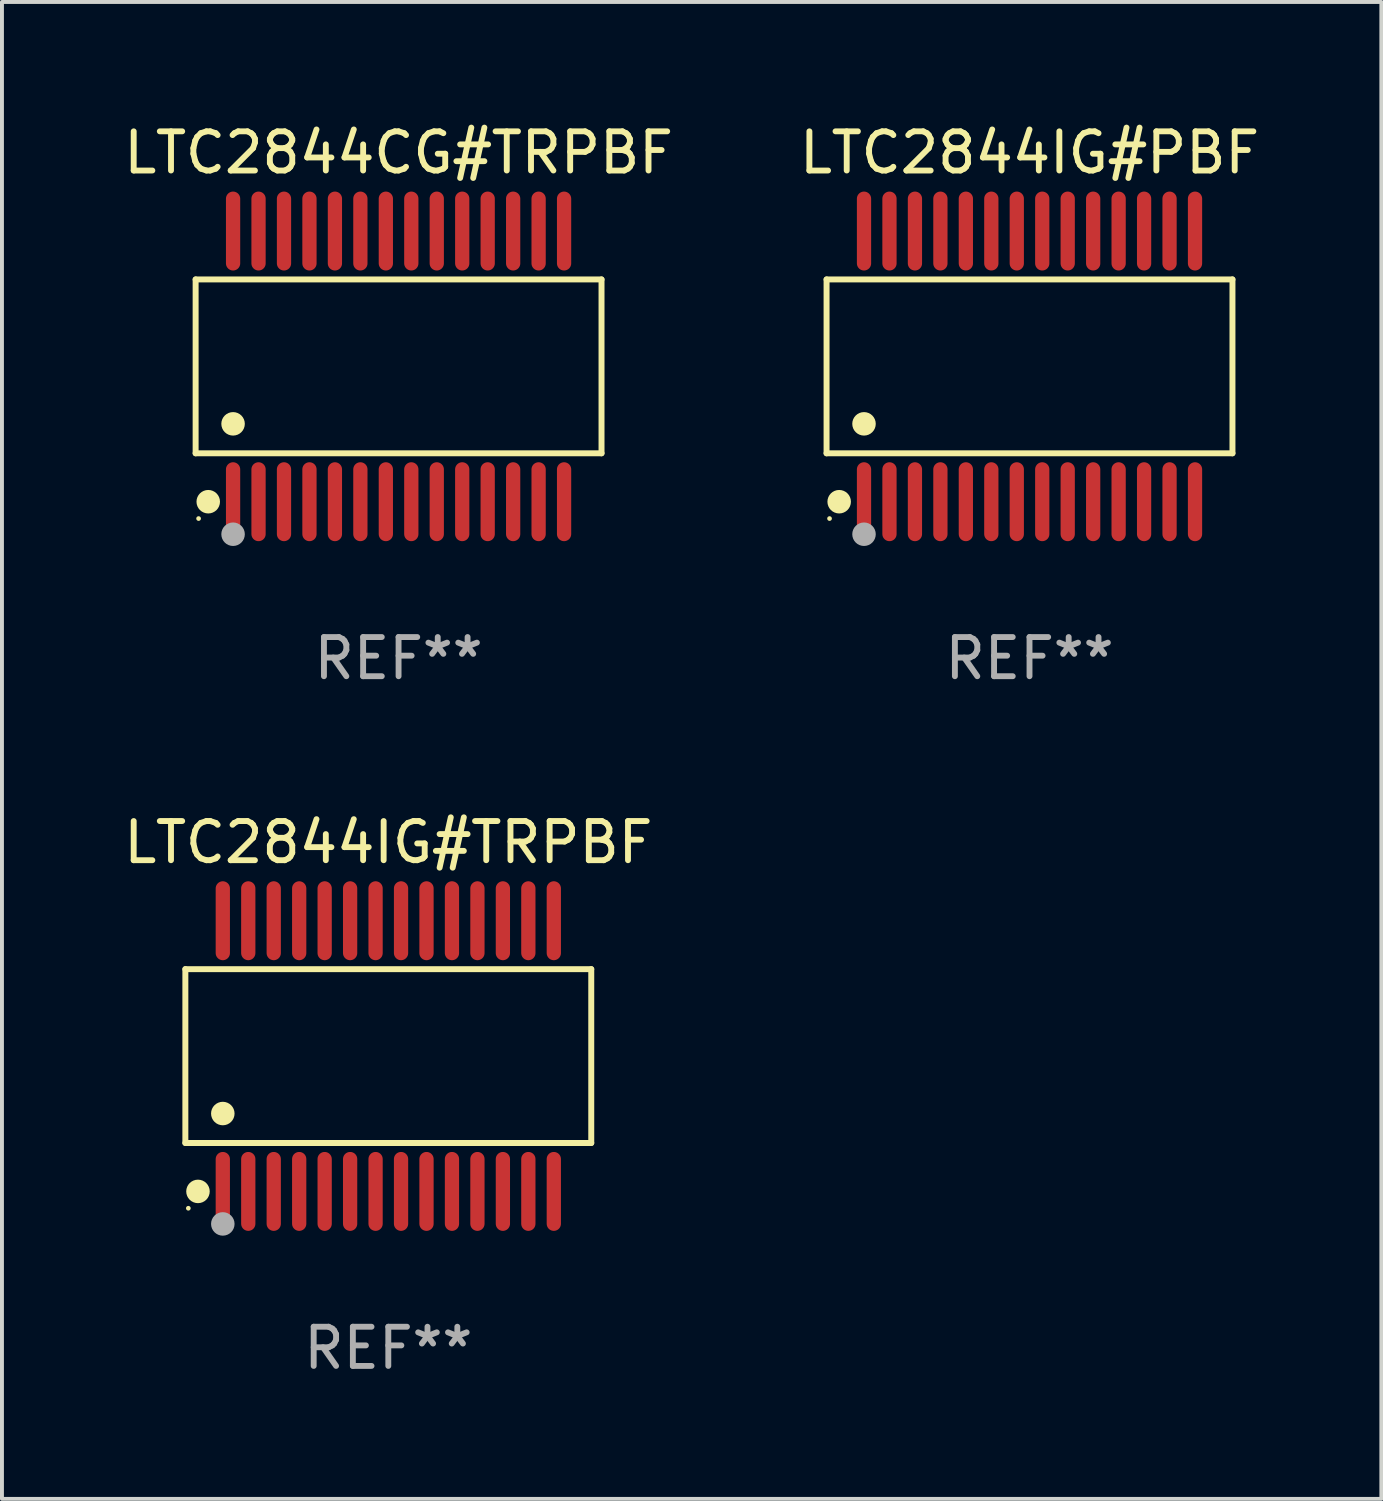
<source format=kicad_pcb>
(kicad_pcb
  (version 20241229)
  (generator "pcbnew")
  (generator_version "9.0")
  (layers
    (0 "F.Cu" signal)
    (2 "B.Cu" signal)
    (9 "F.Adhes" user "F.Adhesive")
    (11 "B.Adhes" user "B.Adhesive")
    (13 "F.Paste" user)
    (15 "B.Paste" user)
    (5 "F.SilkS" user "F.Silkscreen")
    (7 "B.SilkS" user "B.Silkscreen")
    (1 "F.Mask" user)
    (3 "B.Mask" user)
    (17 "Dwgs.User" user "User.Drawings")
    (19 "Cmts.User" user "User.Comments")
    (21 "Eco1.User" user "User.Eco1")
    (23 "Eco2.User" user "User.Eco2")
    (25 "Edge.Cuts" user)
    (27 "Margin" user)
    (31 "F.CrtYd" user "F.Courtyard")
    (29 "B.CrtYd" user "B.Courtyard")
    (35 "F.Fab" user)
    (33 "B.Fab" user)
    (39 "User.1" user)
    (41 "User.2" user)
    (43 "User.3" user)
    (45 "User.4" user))
  (footprint "LTC2844IG#TRPBF"
    (layer "F.Cu")
    (at 6.863 23.91)
    (property "Reference" "LTC2844IG#TRPBF" (at 0 -5.455 0) (layer "F.SilkS") (effects (font (size 1 1) (thickness 0.15))))
    (attr through_hole)
    (fp_line (start -5.181 -2.219) (end 5.181 -2.219) (stroke (width 0.152) (type solid)) (layer "F.SilkS"))
    (fp_line (start -5.181 2.219) (end -5.181 -2.219) (stroke (width 0.152) (type solid)) (layer "F.SilkS"))
    (fp_line (start 5.181 -2.219) (end 5.181 2.219) (stroke (width 0.152) (type solid)) (layer "F.SilkS"))
    (fp_line (start 5.181 2.219) (end -5.181 2.219) (stroke (width 0.152) (type solid)) (layer "F.SilkS"))
    (fp_circle (center -5.105 3.885) (end -5.075 3.885) (stroke (width 0.06) (type solid)) (fill no) (layer "F.SilkS"))
    (fp_circle (center -4.859 3.455) (end -4.709 3.455) (stroke (width 0.3) (type solid)) (fill no) (layer "F.SilkS"))
    (fp_circle (center -4.225 1.467) (end -4.075 1.467) (stroke (width 0.3) (type solid)) (fill no) (layer "F.SilkS"))
    (fp_circle (center -4.225 4.285) (end -4.075 4.285) (stroke (width 0.3) (type solid)) (fill no) (layer "F.Fab"))
    (fp_text user "REF**" (at 0 7.455 0) (layer "F.Fab") (effects (font (size 1 1) (thickness 0.15))))
    (pad "1" smd oval (at -4.225 3.455) (size 0.364 2.015) (layers "F.Cu" "F.Mask" "F.Paste"))
    (pad "2" smd oval (at -3.575 3.455) (size 0.364 2.015) (layers "F.Cu" "F.Mask" "F.Paste"))
    (pad "3" smd oval (at -2.925 3.455) (size 0.364 2.015) (layers "F.Cu" "F.Mask" "F.Paste"))
    (pad "4" smd oval (at -2.275 3.455) (size 0.364 2.015) (layers "F.Cu" "F.Mask" "F.Paste"))
    (pad "5" smd oval (at -1.625 3.455) (size 0.364 2.015) (layers "F.Cu" "F.Mask" "F.Paste"))
    (pad "6" smd oval (at -0.975 3.455) (size 0.364 2.015) (layers "F.Cu" "F.Mask" "F.Paste"))
    (pad "7" smd oval (at -0.325 3.455) (size 0.364 2.015) (layers "F.Cu" "F.Mask" "F.Paste"))
    (pad "8" smd oval (at 0.325 3.455) (size 0.364 2.015) (layers "F.Cu" "F.Mask" "F.Paste"))
    (pad "9" smd oval (at 0.975 3.455) (size 0.364 2.015) (layers "F.Cu" "F.Mask" "F.Paste"))
    (pad "10" smd oval (at 1.625 3.455) (size 0.364 2.015) (layers "F.Cu" "F.Mask" "F.Paste"))
    (pad "11" smd oval (at 2.275 3.455) (size 0.364 2.015) (layers "F.Cu" "F.Mask" "F.Paste"))
    (pad "12" smd oval (at 2.925 3.455) (size 0.364 2.015) (layers "F.Cu" "F.Mask" "F.Paste"))
    (pad "13" smd oval (at 3.575 3.455) (size 0.364 2.015) (layers "F.Cu" "F.Mask" "F.Paste"))
    (pad "14" smd oval (at 4.225 3.455) (size 0.364 2.015) (layers "F.Cu" "F.Mask" "F.Paste"))
    (pad "15" smd oval (at 4.225 -3.455) (size 0.364 2.015) (layers "F.Cu" "F.Mask" "F.Paste"))
    (pad "16" smd oval (at 3.575 -3.455) (size 0.364 2.015) (layers "F.Cu" "F.Mask" "F.Paste"))
    (pad "17" smd oval (at 2.925 -3.455) (size 0.364 2.015) (layers "F.Cu" "F.Mask" "F.Paste"))
    (pad "18" smd oval (at 2.275 -3.455) (size 0.364 2.015) (layers "F.Cu" "F.Mask" "F.Paste"))
    (pad "19" smd oval (at 1.625 -3.455) (size 0.364 2.015) (layers "F.Cu" "F.Mask" "F.Paste"))
    (pad "20" smd oval (at 0.975 -3.455) (size 0.364 2.015) (layers "F.Cu" "F.Mask" "F.Paste"))
    (pad "21" smd oval (at 0.325 -3.455) (size 0.364 2.015) (layers "F.Cu" "F.Mask" "F.Paste"))
    (pad "22" smd oval (at -0.325 -3.455) (size 0.364 2.015) (layers "F.Cu" "F.Mask" "F.Paste"))
    (pad "23" smd oval (at -0.975 -3.455) (size 0.364 2.015) (layers "F.Cu" "F.Mask" "F.Paste"))
    (pad "24" smd oval (at -1.625 -3.455) (size 0.364 2.015) (layers "F.Cu" "F.Mask" "F.Paste"))
    (pad "25" smd oval (at -2.275 -3.455) (size 0.364 2.015) (layers "F.Cu" "F.Mask" "F.Paste"))
    (pad "26" smd oval (at -2.925 -3.455) (size 0.364 2.015) (layers "F.Cu" "F.Mask" "F.Paste"))
    (pad "27" smd oval (at -3.575 -3.455) (size 0.364 2.015) (layers "F.Cu" "F.Mask" "F.Paste"))
    (pad "28" smd oval (at -4.225 -3.455) (size 0.364 2.015) (layers "F.Cu" "F.Mask" "F.Paste")))
  (footprint "LTC2844CG#TRPBF"
    (layer "F.Cu")
    (at 7.125 6.303)
    (property "Reference" "LTC2844CG#TRPBF" (at 0 -5.455 0) (layer "F.SilkS") (effects (font (size 1 1) (thickness 0.15))))
    (attr through_hole)
    (fp_line (start -5.181 -2.219) (end 5.181 -2.219) (stroke (width 0.152) (type solid)) (layer "F.SilkS"))
    (fp_line (start -5.181 2.219) (end -5.181 -2.219) (stroke (width 0.152) (type solid)) (layer "F.SilkS"))
    (fp_line (start 5.181 -2.219) (end 5.181 2.219) (stroke (width 0.152) (type solid)) (layer "F.SilkS"))
    (fp_line (start 5.181 2.219) (end -5.181 2.219) (stroke (width 0.152) (type solid)) (layer "F.SilkS"))
    (fp_circle (center -5.105 3.885) (end -5.075 3.885) (stroke (width 0.06) (type solid)) (fill no) (layer "F.SilkS"))
    (fp_circle (center -4.859 3.455) (end -4.709 3.455) (stroke (width 0.3) (type solid)) (fill no) (layer "F.SilkS"))
    (fp_circle (center -4.225 1.467) (end -4.075 1.467) (stroke (width 0.3) (type solid)) (fill no) (layer "F.SilkS"))
    (fp_circle (center -4.225 4.285) (end -4.075 4.285) (stroke (width 0.3) (type solid)) (fill no) (layer "F.Fab"))
    (fp_text user "REF**" (at 0 7.455 0) (layer "F.Fab") (effects (font (size 1 1) (thickness 0.15))))
    (pad "1" smd oval (at -4.225 3.455) (size 0.364 2.015) (layers "F.Cu" "F.Mask" "F.Paste"))
    (pad "2" smd oval (at -3.575 3.455) (size 0.364 2.015) (layers "F.Cu" "F.Mask" "F.Paste"))
    (pad "3" smd oval (at -2.925 3.455) (size 0.364 2.015) (layers "F.Cu" "F.Mask" "F.Paste"))
    (pad "4" smd oval (at -2.275 3.455) (size 0.364 2.015) (layers "F.Cu" "F.Mask" "F.Paste"))
    (pad "5" smd oval (at -1.625 3.455) (size 0.364 2.015) (layers "F.Cu" "F.Mask" "F.Paste"))
    (pad "6" smd oval (at -0.975 3.455) (size 0.364 2.015) (layers "F.Cu" "F.Mask" "F.Paste"))
    (pad "7" smd oval (at -0.325 3.455) (size 0.364 2.015) (layers "F.Cu" "F.Mask" "F.Paste"))
    (pad "8" smd oval (at 0.325 3.455) (size 0.364 2.015) (layers "F.Cu" "F.Mask" "F.Paste"))
    (pad "9" smd oval (at 0.975 3.455) (size 0.364 2.015) (layers "F.Cu" "F.Mask" "F.Paste"))
    (pad "10" smd oval (at 1.625 3.455) (size 0.364 2.015) (layers "F.Cu" "F.Mask" "F.Paste"))
    (pad "11" smd oval (at 2.275 3.455) (size 0.364 2.015) (layers "F.Cu" "F.Mask" "F.Paste"))
    (pad "12" smd oval (at 2.925 3.455) (size 0.364 2.015) (layers "F.Cu" "F.Mask" "F.Paste"))
    (pad "13" smd oval (at 3.575 3.455) (size 0.364 2.015) (layers "F.Cu" "F.Mask" "F.Paste"))
    (pad "14" smd oval (at 4.225 3.455) (size 0.364 2.015) (layers "F.Cu" "F.Mask" "F.Paste"))
    (pad "15" smd oval (at 4.225 -3.455) (size 0.364 2.015) (layers "F.Cu" "F.Mask" "F.Paste"))
    (pad "16" smd oval (at 3.575 -3.455) (size 0.364 2.015) (layers "F.Cu" "F.Mask" "F.Paste"))
    (pad "17" smd oval (at 2.925 -3.455) (size 0.364 2.015) (layers "F.Cu" "F.Mask" "F.Paste"))
    (pad "18" smd oval (at 2.275 -3.455) (size 0.364 2.015) (layers "F.Cu" "F.Mask" "F.Paste"))
    (pad "19" smd oval (at 1.625 -3.455) (size 0.364 2.015) (layers "F.Cu" "F.Mask" "F.Paste"))
    (pad "20" smd oval (at 0.975 -3.455) (size 0.364 2.015) (layers "F.Cu" "F.Mask" "F.Paste"))
    (pad "21" smd oval (at 0.325 -3.455) (size 0.364 2.015) (layers "F.Cu" "F.Mask" "F.Paste"))
    (pad "22" smd oval (at -0.325 -3.455) (size 0.364 2.015) (layers "F.Cu" "F.Mask" "F.Paste"))
    (pad "23" smd oval (at -0.975 -3.455) (size 0.364 2.015) (layers "F.Cu" "F.Mask" "F.Paste"))
    (pad "24" smd oval (at -1.625 -3.455) (size 0.364 2.015) (layers "F.Cu" "F.Mask" "F.Paste"))
    (pad "25" smd oval (at -2.275 -3.455) (size 0.364 2.015) (layers "F.Cu" "F.Mask" "F.Paste"))
    (pad "26" smd oval (at -2.925 -3.455) (size 0.364 2.015) (layers "F.Cu" "F.Mask" "F.Paste"))
    (pad "27" smd oval (at -3.575 -3.455) (size 0.364 2.015) (layers "F.Cu" "F.Mask" "F.Paste"))
    (pad "28" smd oval (at -4.225 -3.455) (size 0.364 2.015) (layers "F.Cu" "F.Mask" "F.Paste")))
  (footprint "LTC2844IG#PBF"
    (layer "F.Cu")
    (at 23.232 6.303)
    (property "Reference" "LTC2844IG#PBF" (at 0 -5.455 0) (layer "F.SilkS") (effects (font (size 1 1) (thickness 0.15))))
    (attr through_hole)
    (fp_line (start -5.181 -2.219) (end 5.181 -2.219) (stroke (width 0.152) (type solid)) (layer "F.SilkS"))
    (fp_line (start -5.181 2.219) (end -5.181 -2.219) (stroke (width 0.152) (type solid)) (layer "F.SilkS"))
    (fp_line (start 5.181 -2.219) (end 5.181 2.219) (stroke (width 0.152) (type solid)) (layer "F.SilkS"))
    (fp_line (start 5.181 2.219) (end -5.181 2.219) (stroke (width 0.152) (type solid)) (layer "F.SilkS"))
    (fp_circle (center -5.105 3.885) (end -5.075 3.885) (stroke (width 0.06) (type solid)) (fill no) (layer "F.SilkS"))
    (fp_circle (center -4.859 3.455) (end -4.709 3.455) (stroke (width 0.3) (type solid)) (fill no) (layer "F.SilkS"))
    (fp_circle (center -4.225 1.467) (end -4.075 1.467) (stroke (width 0.3) (type solid)) (fill no) (layer "F.SilkS"))
    (fp_circle (center -4.225 4.285) (end -4.075 4.285) (stroke (width 0.3) (type solid)) (fill no) (layer "F.Fab"))
    (fp_text user "REF**" (at 0 7.455 0) (layer "F.Fab") (effects (font (size 1 1) (thickness 0.15))))
    (pad "1" smd oval (at -4.225 3.455) (size 0.364 2.015) (layers "F.Cu" "F.Mask" "F.Paste"))
    (pad "2" smd oval (at -3.575 3.455) (size 0.364 2.015) (layers "F.Cu" "F.Mask" "F.Paste"))
    (pad "3" smd oval (at -2.925 3.455) (size 0.364 2.015) (layers "F.Cu" "F.Mask" "F.Paste"))
    (pad "4" smd oval (at -2.275 3.455) (size 0.364 2.015) (layers "F.Cu" "F.Mask" "F.Paste"))
    (pad "5" smd oval (at -1.625 3.455) (size 0.364 2.015) (layers "F.Cu" "F.Mask" "F.Paste"))
    (pad "6" smd oval (at -0.975 3.455) (size 0.364 2.015) (layers "F.Cu" "F.Mask" "F.Paste"))
    (pad "7" smd oval (at -0.325 3.455) (size 0.364 2.015) (layers "F.Cu" "F.Mask" "F.Paste"))
    (pad "8" smd oval (at 0.325 3.455) (size 0.364 2.015) (layers "F.Cu" "F.Mask" "F.Paste"))
    (pad "9" smd oval (at 0.975 3.455) (size 0.364 2.015) (layers "F.Cu" "F.Mask" "F.Paste"))
    (pad "10" smd oval (at 1.625 3.455) (size 0.364 2.015) (layers "F.Cu" "F.Mask" "F.Paste"))
    (pad "11" smd oval (at 2.275 3.455) (size 0.364 2.015) (layers "F.Cu" "F.Mask" "F.Paste"))
    (pad "12" smd oval (at 2.925 3.455) (size 0.364 2.015) (layers "F.Cu" "F.Mask" "F.Paste"))
    (pad "13" smd oval (at 3.575 3.455) (size 0.364 2.015) (layers "F.Cu" "F.Mask" "F.Paste"))
    (pad "14" smd oval (at 4.225 3.455) (size 0.364 2.015) (layers "F.Cu" "F.Mask" "F.Paste"))
    (pad "15" smd oval (at 4.225 -3.455) (size 0.364 2.015) (layers "F.Cu" "F.Mask" "F.Paste"))
    (pad "16" smd oval (at 3.575 -3.455) (size 0.364 2.015) (layers "F.Cu" "F.Mask" "F.Paste"))
    (pad "17" smd oval (at 2.925 -3.455) (size 0.364 2.015) (layers "F.Cu" "F.Mask" "F.Paste"))
    (pad "18" smd oval (at 2.275 -3.455) (size 0.364 2.015) (layers "F.Cu" "F.Mask" "F.Paste"))
    (pad "19" smd oval (at 1.625 -3.455) (size 0.364 2.015) (layers "F.Cu" "F.Mask" "F.Paste"))
    (pad "20" smd oval (at 0.975 -3.455) (size 0.364 2.015) (layers "F.Cu" "F.Mask" "F.Paste"))
    (pad "21" smd oval (at 0.325 -3.455) (size 0.364 2.015) (layers "F.Cu" "F.Mask" "F.Paste"))
    (pad "22" smd oval (at -0.325 -3.455) (size 0.364 2.015) (layers "F.Cu" "F.Mask" "F.Paste"))
    (pad "23" smd oval (at -0.975 -3.455) (size 0.364 2.015) (layers "F.Cu" "F.Mask" "F.Paste"))
    (pad "24" smd oval (at -1.625 -3.455) (size 0.364 2.015) (layers "F.Cu" "F.Mask" "F.Paste"))
    (pad "25" smd oval (at -2.275 -3.455) (size 0.364 2.015) (layers "F.Cu" "F.Mask" "F.Paste"))
    (pad "26" smd oval (at -2.925 -3.455) (size 0.364 2.015) (layers "F.Cu" "F.Mask" "F.Paste"))
    (pad "27" smd oval (at -3.575 -3.455) (size 0.364 2.015) (layers "F.Cu" "F.Mask" "F.Paste"))
    (pad "28" smd oval (at -4.225 -3.455) (size 0.364 2.015) (layers "F.Cu" "F.Mask" "F.Paste")))
  (gr_rect
    (start -3 -3)
    (end 32.214 35.214)
    (stroke (width 0.1) (type default))
    (fill no)
    (layer "Edge.Cuts")))
</source>
